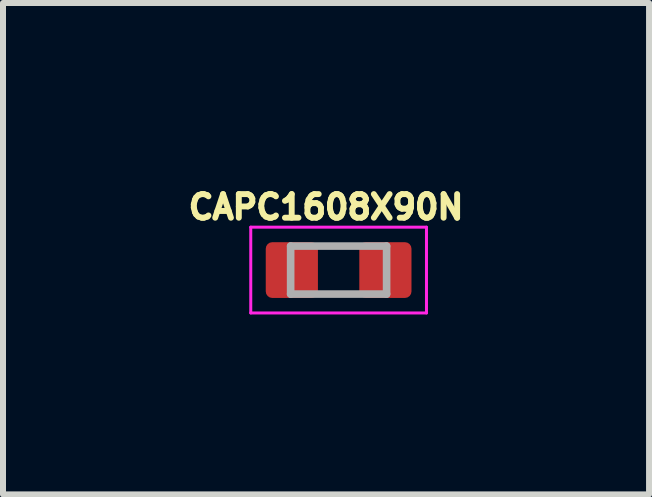
<source format=kicad_pcb>
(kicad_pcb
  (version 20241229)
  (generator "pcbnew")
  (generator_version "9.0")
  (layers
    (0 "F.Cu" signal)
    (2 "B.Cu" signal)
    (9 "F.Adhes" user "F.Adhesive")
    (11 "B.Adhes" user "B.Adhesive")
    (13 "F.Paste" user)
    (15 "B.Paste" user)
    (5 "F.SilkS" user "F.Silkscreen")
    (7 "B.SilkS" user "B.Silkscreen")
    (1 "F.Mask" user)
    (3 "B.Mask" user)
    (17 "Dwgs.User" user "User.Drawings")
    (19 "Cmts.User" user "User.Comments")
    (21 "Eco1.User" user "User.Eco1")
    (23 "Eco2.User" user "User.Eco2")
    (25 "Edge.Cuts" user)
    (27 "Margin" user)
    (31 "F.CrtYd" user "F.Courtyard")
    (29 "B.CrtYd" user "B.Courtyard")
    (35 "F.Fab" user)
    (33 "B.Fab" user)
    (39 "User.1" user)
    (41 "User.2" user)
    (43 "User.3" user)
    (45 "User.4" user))
  (footprint "CAPC1608X90N"
    (layer "F.Cu")
    (at 2.596 1.453)
    (property "Reference" "CAPC1608X90N" (at -0.21 -1.05 0) (layer "F.SilkS") (effects (font (size 0.394 0.394) (thickness 0.15))))
    (attr smd)
    (fp_line (start -1.465 -0.715) (end 1.465 -0.715) (stroke (width 0.05) (type solid)) (layer "F.CrtYd"))
    (fp_line (start -1.465 0.715) (end -1.465 -0.715) (stroke (width 0.05) (type solid)) (layer "F.CrtYd"))
    (fp_line (start -1.465 0.715) (end 1.465 0.715) (stroke (width 0.05) (type solid)) (layer "F.CrtYd"))
    (fp_line (start 1.465 0.715) (end 1.465 -0.715) (stroke (width 0.05) (type solid)) (layer "F.CrtYd"))
    (fp_line (start -0.8 0.4) (end -0.8 -0.4) (stroke (width 0.127) (type solid)) (layer "F.Fab"))
    (fp_line (start 0.8 -0.4) (end -0.8 -0.4) (stroke (width 0.127) (type solid)) (layer "F.Fab"))
    (fp_line (start 0.8 0.4) (end -0.8 0.4) (stroke (width 0.127) (type solid)) (layer "F.Fab"))
    (fp_line (start 0.8 0.4) (end 0.8 -0.4) (stroke (width 0.127) (type solid)) (layer "F.Fab"))
    (pad "1" smd roundrect (at -0.78 0) (size 0.87 0.93) (layers "F.Cu" "F.Mask" "F.Paste") (roundrect_rratio 0.125))
    (pad "2" smd roundrect (at 0.78 0) (size 0.87 0.93) (layers "F.Cu" "F.Mask" "F.Paste") (roundrect_rratio 0.125)))
  (gr_rect
    (start -3 -3)
    (end 7.772 5.193)
    (stroke (width 0.1) (type default))
    (fill no)
    (layer "Edge.Cuts")))
</source>
